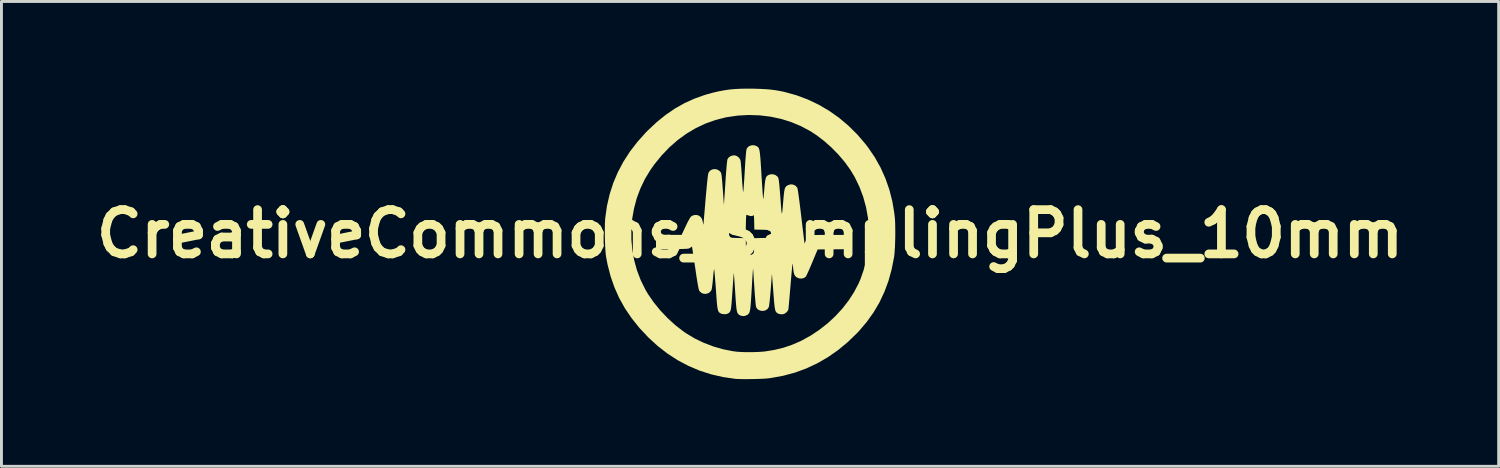
<source format=kicad_pcb>
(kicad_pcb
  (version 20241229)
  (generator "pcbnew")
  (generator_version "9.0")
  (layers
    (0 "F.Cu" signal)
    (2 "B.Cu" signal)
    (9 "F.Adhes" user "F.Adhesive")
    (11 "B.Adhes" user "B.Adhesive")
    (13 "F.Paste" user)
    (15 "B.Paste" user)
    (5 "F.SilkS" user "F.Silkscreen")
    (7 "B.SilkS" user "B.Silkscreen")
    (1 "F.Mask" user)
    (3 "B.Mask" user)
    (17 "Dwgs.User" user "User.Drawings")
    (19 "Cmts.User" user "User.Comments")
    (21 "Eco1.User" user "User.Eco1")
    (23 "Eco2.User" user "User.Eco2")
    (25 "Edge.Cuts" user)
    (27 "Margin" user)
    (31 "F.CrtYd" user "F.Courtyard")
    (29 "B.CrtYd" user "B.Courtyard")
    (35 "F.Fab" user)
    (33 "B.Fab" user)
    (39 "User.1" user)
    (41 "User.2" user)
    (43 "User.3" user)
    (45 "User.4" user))
  (footprint "CreativeCommons_SamplingPlus_10mm"
    (layer "F.Cu")
    (at 22.758 4.997)
    (property "Reference" "CreativeCommons_SamplingPlus_10mm" (at 0 0 0) (layer "F.SilkS") (effects (font (size 1.524 1.524) (thickness 0.3))))
    (attr board_only exclude_from_pos_files exclude_from_bom)
    (fp_poly (pts (xy 0.145 -4.995) (xy 0.362 -4.988) (xy 0.551 -4.978) (xy 0.721 -4.963) (xy 0.879 -4.942) (xy 1.034 -4.915) (xy 1.191 -4.882) (xy 1.594 -4.77) (xy 1.983 -4.625) (xy 2.358 -4.447) (xy 2.716 -4.238) (xy 3.057 -3.998) (xy 3.38 -3.727) (xy 3.683 -3.428) (xy 3.965 -3.099) (xy 4.056 -2.982) (xy 4.288 -2.642) (xy 4.489 -2.285) (xy 4.657 -1.911) (xy 4.793 -1.522) (xy 4.896 -1.119) (xy 4.965 -0.703) (xy 4.983 -0.542) (xy 4.991 -0.427) (xy 4.995 -0.287) (xy 4.997 -0.129) (xy 4.997 0.04) (xy 4.994 0.211) (xy 4.988 0.377) (xy 4.98 0.532) (xy 4.971 0.667) (xy 4.959 0.776) (xy 4.955 0.8) (xy 4.873 1.22) (xy 4.763 1.619) (xy 4.623 1.996) (xy 4.454 2.355) (xy 4.253 2.697) (xy 4.022 3.022) (xy 3.758 3.334) (xy 3.683 3.413) (xy 3.363 3.723) (xy 3.028 4) (xy 2.679 4.243) (xy 2.316 4.453) (xy 1.938 4.63) (xy 1.547 4.773) (xy 1.142 4.882) (xy 0.724 4.958) (xy 0.609 4.973) (xy 0.524 4.98) (xy 0.412 4.986) (xy 0.281 4.991) (xy 0.138 4.995) (xy -0.01 4.997) (xy -0.153 4.998) (xy -0.286 4.997) (xy -0.4 4.994) (xy -0.488 4.99) (xy -0.509 4.988) (xy -0.934 4.926) (xy -1.344 4.832) (xy -1.74 4.704) (xy -2.121 4.542) (xy -2.488 4.348) (xy -2.839 4.121) (xy -3.176 3.86) (xy -3.496 3.567) (xy -3.801 3.242) (xy -3.814 3.227) (xy -4.077 2.898) (xy -4.306 2.56) (xy -4.502 2.209) (xy -4.665 1.843) (xy -4.798 1.461) (xy -4.902 1.059) (xy -4.956 0.773) (xy -4.968 0.677) (xy -4.978 0.553) (xy -4.986 0.407) (xy -4.992 0.247) (xy -4.996 0.081) (xy -4.997 -0.084) (xy -4.997 -0.166) (xy -4.084 -0.166) (xy -4.084 0.193) (xy -4.051 0.552) (xy -3.987 0.905) (xy -3.892 1.252) (xy -3.764 1.588) (xy -3.605 1.911) (xy -3.51 2.073) (xy -3.313 2.358) (xy -3.087 2.636) (xy -2.836 2.9) (xy -2.569 3.143) (xy -2.29 3.359) (xy -2.2 3.421) (xy -1.909 3.596) (xy -1.594 3.748) (xy -1.265 3.874) (xy -0.927 3.971) (xy -0.59 4.037) (xy -0.473 4.053) (xy -0.356 4.062) (xy -0.214 4.068) (xy -0.057 4.07) (xy 0.105 4.069) (xy 0.262 4.064) (xy 0.403 4.056) (xy 0.519 4.045) (xy 0.521 4.045) (xy 0.843 3.992) (xy 1.143 3.919) (xy 1.429 3.823) (xy 1.712 3.702) (xy 1.773 3.673) (xy 2.087 3.5) (xy 2.387 3.3) (xy 2.671 3.077) (xy 2.935 2.832) (xy 3.177 2.57) (xy 3.392 2.293) (xy 3.579 2.004) (xy 3.735 1.707) (xy 3.8 1.555) (xy 3.906 1.254) (xy 3.989 0.937) (xy 4.051 0.597) (xy 4.057 0.555) (xy 4.067 0.465) (xy 4.073 0.347) (xy 4.078 0.209) (xy 4.08 0.06) (xy 4.079 -0.092) (xy 4.077 -0.24) (xy 4.072 -0.374) (xy 4.064 -0.486) (xy 4.058 -0.545) (xy 3.992 -0.915) (xy 3.893 -1.274) (xy 3.764 -1.619) (xy 3.605 -1.948) (xy 3.442 -2.218) (xy 3.253 -2.478) (xy 3.037 -2.732) (xy 2.799 -2.974) (xy 2.546 -3.198) (xy 2.285 -3.397) (xy 2.073 -3.535) (xy 1.753 -3.706) (xy 1.416 -3.847) (xy 1.065 -3.956) (xy 0.703 -4.033) (xy 0.332 -4.078) (xy -0.043 -4.09) (xy -0.421 -4.07) (xy -0.799 -4.015) (xy -0.836 -4.008) (xy -1.191 -3.918) (xy -1.535 -3.795) (xy -1.867 -3.638) (xy -2.185 -3.449) (xy -2.488 -3.229) (xy -2.775 -2.978) (xy -3.044 -2.697) (xy -3.295 -2.388) (xy -3.428 -2.2) (xy -3.616 -1.89) (xy -3.772 -1.565) (xy -3.898 -1.227) (xy -3.991 -0.88) (xy -4.054 -0.525) (xy -4.084 -0.166) (xy -4.997 -0.166) (xy -4.996 -0.242) (xy -4.993 -0.383) (xy -4.986 -0.501) (xy -4.983 -0.54) (xy -4.924 -0.957) (xy -4.832 -1.359) (xy -4.708 -1.746) (xy -4.55 -2.12) (xy -4.359 -2.481) (xy -4.134 -2.83) (xy -3.874 -3.167) (xy -3.581 -3.494) (xy -3.51 -3.565) (xy -3.207 -3.849) (xy -2.898 -4.098) (xy -2.58 -4.315) (xy -2.251 -4.5) (xy -1.908 -4.655) (xy -1.548 -4.783) (xy -1.291 -4.855) (xy -1.09 -4.902) (xy -0.899 -4.938) (xy -0.71 -4.966) (xy -0.515 -4.984) (xy -0.307 -4.994) (xy -0.077 -4.997)) (stroke (width 0) (type solid)) (fill yes) (layer "F.SilkS"))
    (fp_poly (pts (xy 0.164 -3.043) (xy 0.217 -3.023) (xy 0.244 -3.008) (xy 0.266 -2.993) (xy 0.285 -2.973) (xy 0.301 -2.946) (xy 0.315 -2.908) (xy 0.327 -2.856) (xy 0.337 -2.788) (xy 0.347 -2.699) (xy 0.357 -2.588) (xy 0.367 -2.45) (xy 0.377 -2.284) (xy 0.39 -2.085) (xy 0.393 -2.024) (xy 0.404 -1.853) (xy 0.414 -1.695) (xy 0.424 -1.552) (xy 0.432 -1.428) (xy 0.44 -1.327) (xy 0.446 -1.252) (xy 0.451 -1.206) (xy 0.454 -1.193) (xy 0.458 -1.214) (xy 0.465 -1.264) (xy 0.473 -1.34) (xy 0.482 -1.435) (xy 0.492 -1.543) (xy 0.492 -1.552) (xy 0.504 -1.688) (xy 0.516 -1.793) (xy 0.529 -1.871) (xy 0.545 -1.928) (xy 0.564 -1.968) (xy 0.59 -1.997) (xy 0.623 -2.02) (xy 0.638 -2.028) (xy 0.719 -2.052) (xy 0.805 -2.048) (xy 0.884 -2.019) (xy 0.947 -1.967) (xy 0.97 -1.933) (xy 0.98 -1.895) (xy 0.992 -1.823) (xy 1.004 -1.715) (xy 1.018 -1.572) (xy 1.032 -1.393) (xy 1.034 -1.364) (xy 1.049 -1.17) (xy 1.061 -1.011) (xy 1.071 -0.886) (xy 1.079 -0.794) (xy 1.086 -0.734) (xy 1.093 -0.704) (xy 1.099 -0.703) (xy 1.105 -0.731) (xy 1.112 -0.785) (xy 1.12 -0.866) (xy 1.129 -0.971) (xy 1.138 -1.079) (xy 1.151 -1.232) (xy 1.163 -1.353) (xy 1.174 -1.447) (xy 1.186 -1.518) (xy 1.201 -1.569) (xy 1.219 -1.607) (xy 1.242 -1.634) (xy 1.271 -1.656) (xy 1.307 -1.676) (xy 1.31 -1.678) (xy 1.392 -1.703) (xy 1.476 -1.697) (xy 1.552 -1.665) (xy 1.611 -1.608) (xy 1.625 -1.586) (xy 1.633 -1.556) (xy 1.645 -1.493) (xy 1.66 -1.398) (xy 1.677 -1.276) (xy 1.697 -1.127) (xy 1.719 -0.955) (xy 1.742 -0.763) (xy 1.753 -0.672) (xy 1.774 -0.497) (xy 1.794 -0.33) (xy 1.812 -0.176) (xy 1.829 -0.039) (xy 1.843 0.077) (xy 1.854 0.169) (xy 1.862 0.232) (xy 1.866 0.262) (xy 1.877 0.334) (xy 1.916 0.242) (xy 1.938 0.191) (xy 1.958 0.149) (xy 1.981 0.115) (xy 2.01 0.089) (xy 2.048 0.069) (xy 2.1 0.055) (xy 2.169 0.046) (xy 2.258 0.04) (xy 2.373 0.037) (xy 2.515 0.036) (xy 2.69 0.036) (xy 2.726 0.036) (xy 3.345 0.036) (xy 3.345 0.527) (xy 2.836 0.532) (xy 2.326 0.536) (xy 2.138 0.987) (xy 2.087 1.108) (xy 2.039 1.22) (xy 1.995 1.317) (xy 1.959 1.395) (xy 1.933 1.448) (xy 1.918 1.472) (xy 1.854 1.519) (xy 1.774 1.539) (xy 1.689 1.532) (xy 1.609 1.499) (xy 1.583 1.48) (xy 1.548 1.443) (xy 1.522 1.395) (xy 1.503 1.329) (xy 1.489 1.239) (xy 1.481 1.158) (xy 1.474 1.093) (xy 1.468 1.046) (xy 1.462 1.024) (xy 1.461 1.024) (xy 1.458 1.043) (xy 1.453 1.094) (xy 1.445 1.175) (xy 1.435 1.28) (xy 1.424 1.406) (xy 1.411 1.55) (xy 1.398 1.707) (xy 1.39 1.8) (xy 1.376 1.965) (xy 1.363 2.12) (xy 1.351 2.26) (xy 1.34 2.383) (xy 1.33 2.483) (xy 1.323 2.557) (xy 1.318 2.602) (xy 1.316 2.611) (xy 1.29 2.659) (xy 1.244 2.707) (xy 1.188 2.746) (xy 1.137 2.765) (xy 1.131 2.766) (xy 1.045 2.764) (xy 0.983 2.751) (xy 0.95 2.735) (xy 0.925 2.717) (xy 0.904 2.698) (xy 0.887 2.674) (xy 0.872 2.64) (xy 0.86 2.594) (xy 0.849 2.531) (xy 0.839 2.448) (xy 0.828 2.34) (xy 0.817 2.205) (xy 0.804 2.038) (xy 0.801 1.994) (xy 0.753 1.373) (xy 0.711 1.918) (xy 0.699 2.068) (xy 0.686 2.204) (xy 0.674 2.322) (xy 0.663 2.417) (xy 0.653 2.485) (xy 0.645 2.521) (xy 0.645 2.522) (xy 0.6 2.587) (xy 0.536 2.63) (xy 0.46 2.65) (xy 0.38 2.648) (xy 0.305 2.623) (xy 0.244 2.577) (xy 0.21 2.522) (xy 0.202 2.487) (xy 0.193 2.417) (xy 0.183 2.316) (xy 0.172 2.186) (xy 0.16 2.03) (xy 0.148 1.85) (xy 0.147 1.828) (xy 0.137 1.68) (xy 0.128 1.544) (xy 0.12 1.424) (xy 0.114 1.324) (xy 0.108 1.249) (xy 0.104 1.202) (xy 0.103 1.188) (xy 0.101 1.204) (xy 0.097 1.253) (xy 0.092 1.331) (xy 0.085 1.434) (xy 0.077 1.557) (xy 0.069 1.698) (xy 0.06 1.852) (xy 0.057 1.905) (xy 0.045 2.098) (xy 0.035 2.258) (xy 0.026 2.388) (xy 0.017 2.493) (xy 0.007 2.574) (xy -0.003 2.637) (xy -0.015 2.684) (xy -0.03 2.719) (xy -0.047 2.746) (xy -0.067 2.767) (xy -0.091 2.786) (xy -0.092 2.787) (xy -0.17 2.822) (xy -0.256 2.83) (xy -0.337 2.808) (xy -0.345 2.804) (xy -0.375 2.786) (xy -0.399 2.767) (xy -0.42 2.742) (xy -0.437 2.709) (xy -0.451 2.663) (xy -0.463 2.601) (xy -0.473 2.52) (xy -0.483 2.416) (xy -0.493 2.284) (xy -0.504 2.123) (xy -0.512 1.996) (xy -0.522 1.847) (xy -0.531 1.71) (xy -0.539 1.59) (xy -0.546 1.49) (xy -0.552 1.414) (xy -0.556 1.367) (xy -0.559 1.353) (xy -0.561 1.371) (xy -0.566 1.422) (xy -0.572 1.501) (xy -0.58 1.604) (xy -0.589 1.726) (xy -0.598 1.864) (xy -0.607 1.988) (xy -0.619 2.163) (xy -0.629 2.306) (xy -0.639 2.421) (xy -0.648 2.51) (xy -0.658 2.578) (xy -0.67 2.629) (xy -0.683 2.665) (xy -0.699 2.692) (xy -0.719 2.712) (xy -0.743 2.73) (xy -0.754 2.738) (xy -0.814 2.76) (xy -0.889 2.765) (xy -0.965 2.755) (xy -1.015 2.735) (xy -1.041 2.719) (xy -1.063 2.701) (xy -1.081 2.679) (xy -1.096 2.648) (xy -1.109 2.606) (xy -1.12 2.548) (xy -1.131 2.472) (xy -1.141 2.373) (xy -1.151 2.248) (xy -1.162 2.094) (xy -1.175 1.916) (xy -1.186 1.761) (xy -1.197 1.618) (xy -1.207 1.49) (xy -1.217 1.382) (xy -1.225 1.297) (xy -1.231 1.24) (xy -1.235 1.214) (xy -1.236 1.213) (xy -1.241 1.226) (xy -1.248 1.27) (xy -1.257 1.339) (xy -1.266 1.429) (xy -1.275 1.534) (xy -1.276 1.542) (xy -1.287 1.664) (xy -1.299 1.77) (xy -1.311 1.855) (xy -1.322 1.914) (xy -1.329 1.936) (xy -1.38 2.004) (xy -1.45 2.047) (xy -1.529 2.066) (xy -1.609 2.058) (xy -1.683 2.025) (xy -1.741 1.966) (xy -1.749 1.954) (xy -1.761 1.921) (xy -1.776 1.857) (xy -1.794 1.762) (xy -1.816 1.634) (xy -1.842 1.473) (xy -1.871 1.276) (xy -1.881 1.208) (xy -1.904 1.053) (xy -1.926 0.907) (xy -1.945 0.776) (xy -1.962 0.663) (xy -1.976 0.574) (xy -1.986 0.511) (xy -1.991 0.479) (xy -1.991 0.477) (xy -2.001 0.436) (xy -2.056 0.477) (xy -2.073 0.489) (xy -2.091 0.498) (xy -2.114 0.505) (xy -2.147 0.51) (xy -2.194 0.514) (xy -2.258 0.517) (xy -2.345 0.52) (xy -2.458 0.521) (xy -2.601 0.523) (xy -2.674 0.523) (xy -3.236 0.529) (xy -3.236 0.036) (xy -2.355 0.035) (xy -2.324 -0.03) (xy -0.723 -0.03) (xy -0.721 0.039) (xy -0.693 0.093) (xy -0.677 0.111) (xy -0.658 0.123) (xy -0.629 0.131) (xy -0.584 0.136) (xy -0.516 0.139) (xy -0.419 0.142) (xy -0.403 0.142) (xy -0.148 0.148) (xy -0.142 0.403) (xy -0.14 0.504) (xy -0.136 0.576) (xy -0.131 0.624) (xy -0.124 0.654) (xy -0.112 0.675) (xy -0.096 0.69) (xy -0.093 0.693) (xy -0.045 0.718) (xy 0 0.727) (xy 0.052 0.716) (xy 0.093 0.693) (xy 0.111 0.677) (xy 0.123 0.658) (xy 0.131 0.629) (xy 0.136 0.584) (xy 0.139 0.516) (xy 0.142 0.419) (xy 0.142 0.403) (xy 0.148 0.148) (xy 0.403 0.142) (xy 0.504 0.14) (xy 0.576 0.136) (xy 0.624 0.131) (xy 0.654 0.124) (xy 0.675 0.112) (xy 0.69 0.096) (xy 0.693 0.093) (xy 0.723 0.03) (xy 0.721 -0.039) (xy 0.693 -0.093) (xy 0.677 -0.111) (xy 0.658 -0.123) (xy 0.629 -0.131) (xy 0.584 -0.136) (xy 0.516 -0.139) (xy 0.419 -0.142) (xy 0.403 -0.142) (xy 0.148 -0.148) (xy 0.142 -0.403) (xy 0.14 -0.504) (xy 0.136 -0.576) (xy 0.131 -0.624) (xy 0.124 -0.654) (xy 0.112 -0.675) (xy 0.096 -0.69) (xy 0.093 -0.693) (xy 0.045 -0.718) (xy 0 -0.727) (xy -0.052 -0.716) (xy -0.093 -0.693) (xy -0.111 -0.677) (xy -0.123 -0.658) (xy -0.131 -0.629) (xy -0.136 -0.584) (xy -0.139 -0.516) (xy -0.142 -0.419) (xy -0.142 -0.403) (xy -0.148 -0.148) (xy -0.403 -0.142) (xy -0.504 -0.14) (xy -0.576 -0.136) (xy -0.624 -0.131) (xy -0.654 -0.124) (xy -0.675 -0.112) (xy -0.69 -0.096) (xy -0.693 -0.093) (xy -0.723 -0.03) (xy -2.324 -0.03) (xy -2.218 -0.256) (xy -2.171 -0.354) (xy -2.125 -0.444) (xy -2.083 -0.519) (xy -2.051 -0.572) (xy -2.033 -0.594) (xy -1.968 -0.634) (xy -1.888 -0.651) (xy -1.808 -0.645) (xy -1.771 -0.631) (xy -1.708 -0.589) (xy -1.665 -0.534) (xy -1.637 -0.457) (xy -1.625 -0.403) (xy -1.615 -0.351) (xy -1.606 -0.323) (xy -1.602 -0.326) (xy -1.602 -0.33) (xy -1.6 -0.357) (xy -1.595 -0.417) (xy -1.588 -0.505) (xy -1.579 -0.618) (xy -1.567 -0.752) (xy -1.554 -0.904) (xy -1.54 -1.068) (xy -1.528 -1.216) (xy -1.508 -1.435) (xy -1.491 -1.62) (xy -1.476 -1.773) (xy -1.463 -1.895) (xy -1.452 -1.988) (xy -1.441 -2.054) (xy -1.432 -2.095) (xy -1.427 -2.109) (xy -1.375 -2.176) (xy -1.304 -2.216) (xy -1.224 -2.23) (xy -1.142 -2.218) (xy -1.066 -2.179) (xy -1.013 -2.125) (xy -1.002 -2.107) (xy -0.993 -2.081) (xy -0.985 -2.044) (xy -0.977 -1.991) (xy -0.969 -1.917) (xy -0.96 -1.82) (xy -0.95 -1.695) (xy -0.939 -1.538) (xy -0.938 -1.534) (xy -0.899 -0.991) (xy -0.849 -1.751) (xy -0.835 -1.969) (xy -0.821 -2.152) (xy -0.809 -2.301) (xy -0.798 -2.417) (xy -0.788 -2.501) (xy -0.779 -2.555) (xy -0.773 -2.575) (xy -0.732 -2.631) (xy -0.667 -2.675) (xy -0.592 -2.7) (xy -0.517 -2.701) (xy -0.44 -2.67) (xy -0.375 -2.615) (xy -0.334 -2.546) (xy -0.329 -2.53) (xy -0.324 -2.495) (xy -0.317 -2.429) (xy -0.308 -2.338) (xy -0.299 -2.225) (xy -0.29 -2.097) (xy -0.281 -1.96) (xy -0.279 -1.928) (xy -0.27 -1.78) (xy -0.26 -1.656) (xy -0.252 -1.558) (xy -0.245 -1.489) (xy -0.238 -1.45) (xy -0.234 -1.445) (xy -0.233 -1.446) (xy -0.229 -1.476) (xy -0.224 -1.538) (xy -0.217 -1.628) (xy -0.209 -1.74) (xy -0.2 -1.871) (xy -0.191 -2.017) (xy -0.182 -2.173) (xy -0.181 -2.182) (xy -0.169 -2.39) (xy -0.157 -2.565) (xy -0.146 -2.706) (xy -0.135 -2.813) (xy -0.126 -2.886) (xy -0.118 -2.922) (xy -0.072 -2.989) (xy -0.004 -3.032) (xy 0.077 -3.051)) (stroke (width 0) (type solid)) (fill yes) (layer "F.SilkS")))
  (gr_rect
    (start -3 -3)
    (end 48.517 12.995)
    (stroke (width 0.1) (type default))
    (fill no)
    (layer "Edge.Cuts")))
</source>
